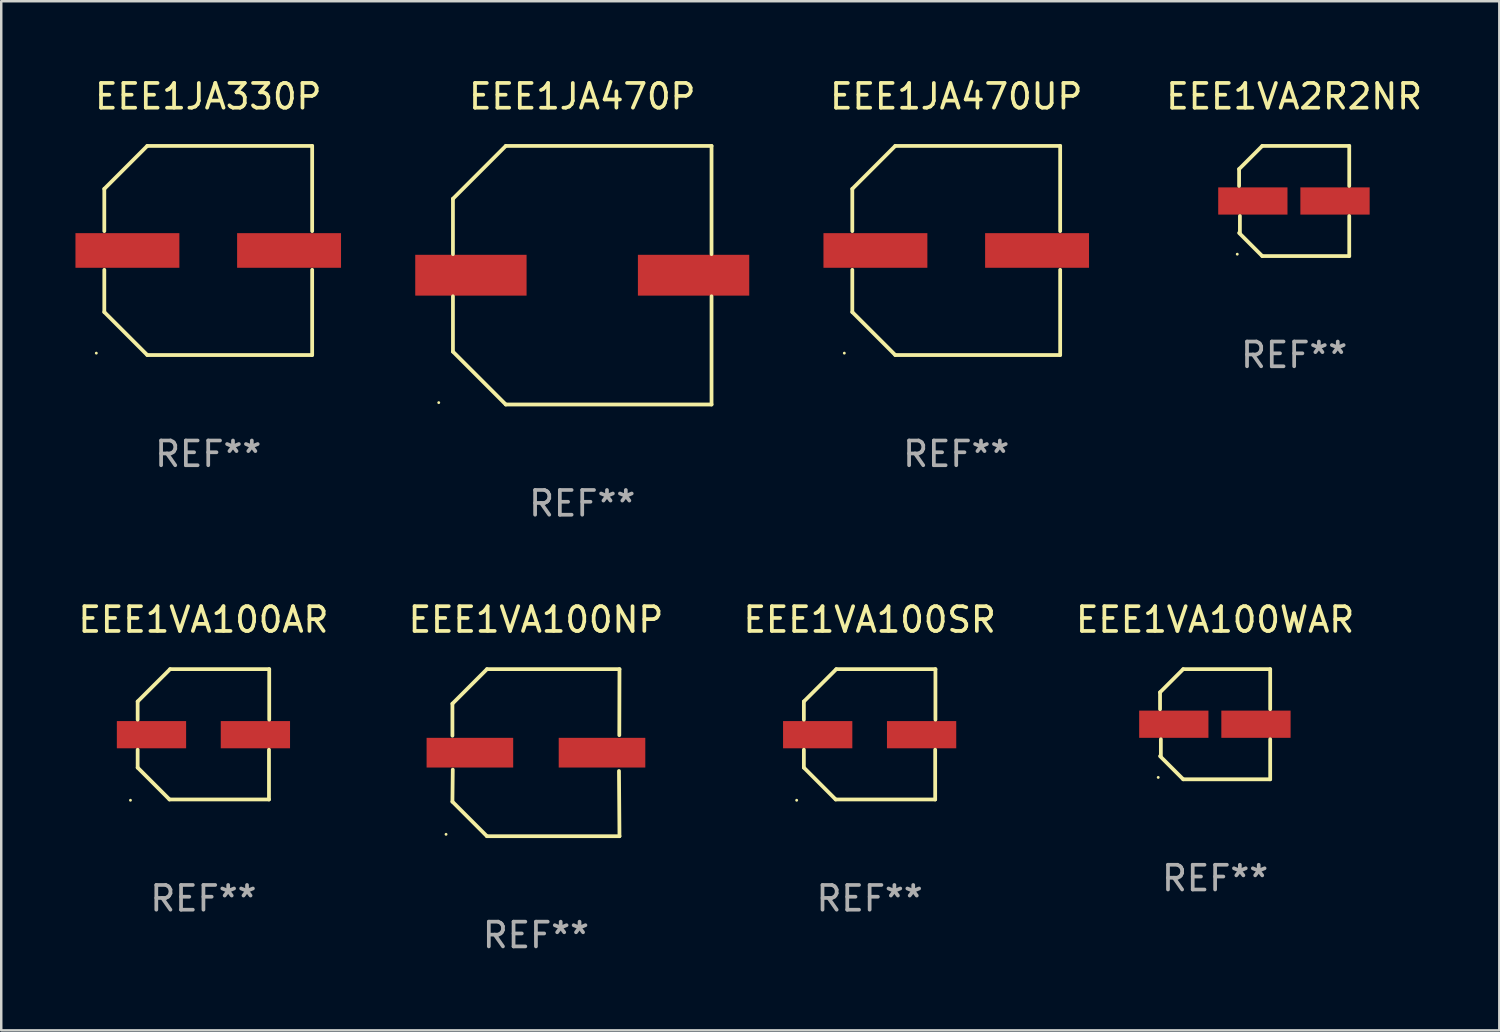
<source format=kicad_pcb>
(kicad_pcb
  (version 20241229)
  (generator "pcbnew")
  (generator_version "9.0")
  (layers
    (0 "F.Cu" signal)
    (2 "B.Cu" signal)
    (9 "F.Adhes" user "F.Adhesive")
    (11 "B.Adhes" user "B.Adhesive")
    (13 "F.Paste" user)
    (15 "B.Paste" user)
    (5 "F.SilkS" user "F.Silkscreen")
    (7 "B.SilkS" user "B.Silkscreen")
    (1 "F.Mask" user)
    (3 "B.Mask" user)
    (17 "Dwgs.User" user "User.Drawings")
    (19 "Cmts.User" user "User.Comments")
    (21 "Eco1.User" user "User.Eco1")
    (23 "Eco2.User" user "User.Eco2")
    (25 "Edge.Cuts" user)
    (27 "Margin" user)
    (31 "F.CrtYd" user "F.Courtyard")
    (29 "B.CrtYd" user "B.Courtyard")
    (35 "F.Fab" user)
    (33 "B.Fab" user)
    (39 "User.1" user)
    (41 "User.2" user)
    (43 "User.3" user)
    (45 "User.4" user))
  (footprint "EEE1JA330P"
    (layer "F.Cu")
    (at 5.367 7.074)
    (property "Reference" "EEE1JA330P" (at 0 -6.226 0) (layer "F.SilkS") (effects (font (size 1 1) (thickness 0.15))))
    (attr through_hole)
    (fp_line (start -4.201 -2.49) (end -4.201 -0.782) (stroke (width 0.152) (type solid)) (layer "F.SilkS"))
    (fp_line (start -4.201 2.49) (end -4.201 0.782) (stroke (width 0.152) (type solid)) (layer "F.SilkS"))
    (fp_line (start -2.465 -4.226) (end -4.201 -2.49) (stroke (width 0.152) (type solid)) (layer "F.SilkS"))
    (fp_line (start -2.465 4.226) (end -4.201 2.49) (stroke (width 0.152) (type solid)) (layer "F.SilkS"))
    (fp_line (start 4.201 -4.226) (end -2.465 -4.226) (stroke (width 0.152) (type solid)) (layer "F.SilkS"))
    (fp_line (start 4.201 -0.782) (end 4.201 -4.226) (stroke (width 0.152) (type solid)) (layer "F.SilkS"))
    (fp_line (start 4.201 0.782) (end 4.201 4.226) (stroke (width 0.152) (type solid)) (layer "F.SilkS"))
    (fp_line (start 4.201 4.226) (end -2.465 4.226) (stroke (width 0.152) (type solid)) (layer "F.SilkS"))
    (fp_circle (center -4.524 4.15) (end -4.494 4.15) (stroke (width 0.06) (type solid)) (fill no) (layer "F.SilkS"))
    (fp_text user "REF**" (at 0 8.226 0) (layer "F.Fab") (effects (font (size 1 1) (thickness 0.15))))
    (pad "1" smd rect (at -3.267 0) (size 4.2 1.4) (layers "F.Cu" "F.Mask" "F.Paste"))
    (pad "2" smd rect (at 3.267 0) (size 4.2 1.4) (layers "F.Cu" "F.Mask" "F.Paste")))
  (footprint "EEE1VA100NP"
    (layer "F.Cu")
    (at 18.613 27.373)
    (property "Reference" "EEE1VA100NP" (at 0 -5.376 0) (layer "F.SilkS") (effects (font (size 1 1) (thickness 0.15))))
    (attr through_hole)
    (fp_line (start -3.376 -1.98) (end -3.376 -0.686) (stroke (width 0.152) (type solid)) (layer "F.SilkS"))
    (fp_line (start -3.376 1.981) (end -3.362 0.686) (stroke (width 0.152) (type solid)) (layer "F.SilkS"))
    (fp_line (start -1.981 3.376) (end -3.376 1.981) (stroke (width 0.152) (type solid)) (layer "F.SilkS"))
    (fp_line (start -1.98 -3.376) (end -3.376 -1.98) (stroke (width 0.152) (type solid)) (layer "F.SilkS"))
    (fp_line (start 3.356 0.74) (end 3.376 3.376) (stroke (width 0.152) (type solid)) (layer "F.SilkS"))
    (fp_line (start 3.369 -0.707) (end 3.376 -3.376) (stroke (width 0.152) (type solid)) (layer "F.SilkS"))
    (fp_line (start 3.376 3.376) (end -1.981 3.376) (stroke (width 0.152) (type solid)) (layer "F.SilkS"))
    (fp_line (start 3.376 -3.376) (end -1.98 -3.376) (stroke (width 0.152) (type solid)) (layer "F.SilkS"))
    (fp_circle (center -3.634 3.3) (end -3.604 3.3) (stroke (width 0.06) (type solid)) (fill no) (layer "F.SilkS"))
    (fp_text user "REF**" (at 0 7.376 0) (layer "F.Fab") (effects (font (size 1 1) (thickness 0.15))))
    (pad "1" smd rect (at -2.67 0.000254) (size 3.5 1.2) (layers "F.Cu" "F.Mask" "F.Paste"))
    (pad "2" smd rect (at 2.67 0.000254) (size 3.5 1.2) (layers "F.Cu" "F.Mask" "F.Paste")))
  (footprint "EEE1VA100SR"
    (layer "F.Cu")
    (at 32.101 26.631)
    (property "Reference" "EEE1VA100SR" (at 0 -4.634 0) (layer "F.SilkS") (effects (font (size 1 1) (thickness 0.15))))
    (attr through_hole)
    (fp_line (start -2.659 -1.326) (end -2.659 -0.592) (stroke (width 0.152) (type solid)) (layer "F.SilkS"))
    (fp_line (start -2.659 1.346) (end -2.659 0.622) (stroke (width 0.152) (type solid)) (layer "F.SilkS"))
    (fp_line (start -1.372 2.634) (end -2.659 1.346) (stroke (width 0.152) (type solid)) (layer "F.SilkS"))
    (fp_line (start -1.349 -2.634) (end -2.659 -1.326) (stroke (width 0.152) (type solid)) (layer "F.SilkS"))
    (fp_line (start 2.649 0.622) (end 2.649 2.634) (stroke (width 0.152) (type solid)) (layer "F.SilkS"))
    (fp_line (start 2.649 2.634) (end -1.372 2.634) (stroke (width 0.152) (type solid)) (layer "F.SilkS"))
    (fp_line (start 2.659 -2.634) (end -1.349 -2.634) (stroke (width 0.152) (type solid)) (layer "F.SilkS"))
    (fp_line (start 2.659 -0.592) (end 2.659 -2.634) (stroke (width 0.152) (type solid)) (layer "F.SilkS"))
    (fp_circle (center -2.95 2.665) (end -2.92 2.665) (stroke (width 0.06) (type solid)) (fill no) (layer "F.SilkS"))
    (fp_text user "REF**" (at 0 6.634 0) (layer "F.Fab") (effects (font (size 1 1) (thickness 0.15))))
    (pad "1" smd rect (at -2.1 0.015) (size 2.8 1.1) (layers "F.Cu" "F.Mask" "F.Paste"))
    (pad "2" smd rect (at 2.1 0.015) (size 2.8 1.1) (layers "F.Cu" "F.Mask" "F.Paste")))
  (footprint "EEE1JA470UP"
    (layer "F.Cu")
    (at 35.601 7.074)
    (property "Reference" "EEE1JA470UP" (at 0 -6.226 0) (layer "F.SilkS") (effects (font (size 1 1) (thickness 0.15))))
    (attr through_hole)
    (fp_line (start -4.201 -2.49) (end -4.201 -0.782) (stroke (width 0.152) (type solid)) (layer "F.SilkS"))
    (fp_line (start -4.201 2.49) (end -4.201 0.782) (stroke (width 0.152) (type solid)) (layer "F.SilkS"))
    (fp_line (start -2.465 -4.226) (end -4.201 -2.49) (stroke (width 0.152) (type solid)) (layer "F.SilkS"))
    (fp_line (start -2.465 4.226) (end -4.201 2.49) (stroke (width 0.152) (type solid)) (layer "F.SilkS"))
    (fp_line (start 4.201 -4.226) (end -2.465 -4.226) (stroke (width 0.152) (type solid)) (layer "F.SilkS"))
    (fp_line (start 4.201 -0.782) (end 4.201 -4.226) (stroke (width 0.152) (type solid)) (layer "F.SilkS"))
    (fp_line (start 4.201 0.782) (end 4.201 4.226) (stroke (width 0.152) (type solid)) (layer "F.SilkS"))
    (fp_line (start 4.201 4.226) (end -2.465 4.226) (stroke (width 0.152) (type solid)) (layer "F.SilkS"))
    (fp_circle (center -4.524 4.15) (end -4.494 4.15) (stroke (width 0.06) (type solid)) (fill no) (layer "F.SilkS"))
    (fp_text user "REF**" (at 0 8.226 0) (layer "F.Fab") (effects (font (size 1 1) (thickness 0.15))))
    (pad "1" smd rect (at -3.267 0) (size 4.2 1.4) (layers "F.Cu" "F.Mask" "F.Paste"))
    (pad "2" smd rect (at 3.267 0) (size 4.2 1.4) (layers "F.Cu" "F.Mask" "F.Paste")))
  (footprint "EEE1VA2R2NR"
    (layer "F.Cu")
    (at 49.26 5.074)
    (property "Reference" "EEE1VA2R2NR" (at 0 -4.226 0) (layer "F.SilkS") (effects (font (size 1 1) (thickness 0.15))))
    (attr through_hole)
    (fp_line (start -2.226 -1.29) (end -2.226 -0.607) (stroke (width 0.152) (type solid)) (layer "F.SilkS"))
    (fp_line (start -2.193 1.29) (end -2.193 0.607) (stroke (width 0.152) (type solid)) (layer "F.SilkS"))
    (fp_line (start -1.29 2.226) (end -2.226 1.29) (stroke (width 0.152) (type solid)) (layer "F.SilkS"))
    (fp_line (start -1.29 -2.226) (end -2.226 -1.29) (stroke (width 0.152) (type solid)) (layer "F.SilkS"))
    (fp_line (start 2.226 -2.226) (end -1.29 -2.226) (stroke (width 0.152) (type solid)) (layer "F.SilkS"))
    (fp_line (start 2.226 -0.607) (end 2.226 -2.226) (stroke (width 0.152) (type solid)) (layer "F.SilkS"))
    (fp_line (start 2.226 0.607) (end 2.226 2.226) (stroke (width 0.152) (type solid)) (layer "F.SilkS"))
    (fp_line (start 2.226 2.226) (end -1.29 2.226) (stroke (width 0.152) (type solid)) (layer "F.SilkS"))
    (fp_circle (center -2.3 2.15) (end -2.27 2.15) (stroke (width 0.06) (type solid)) (fill no) (layer "F.SilkS"))
    (fp_text user "REF**" (at 0 6.226 0) (layer "F.Fab") (effects (font (size 1 1) (thickness 0.15))))
    (pad "1" smd rect (at -1.67 -0.000025) (size 2.8 1.1) (layers "F.Cu" "F.Mask" "F.Paste"))
    (pad "2" smd rect (at 1.651 -0.000025) (size 2.8 1.1) (layers "F.Cu" "F.Mask" "F.Paste")))
  (footprint "EEE1VA100AR"
    (layer "F.Cu")
    (at 5.173 26.631)
    (property "Reference" "EEE1VA100AR" (at 0 -4.634 0) (layer "F.SilkS") (effects (font (size 1 1) (thickness 0.15))))
    (attr through_hole)
    (fp_line (start -2.659 -1.326) (end -2.659 -0.592) (stroke (width 0.152) (type solid)) (layer "F.SilkS"))
    (fp_line (start -2.659 1.346) (end -2.659 0.622) (stroke (width 0.152) (type solid)) (layer "F.SilkS"))
    (fp_line (start -1.372 2.634) (end -2.659 1.346) (stroke (width 0.152) (type solid)) (layer "F.SilkS"))
    (fp_line (start -1.349 -2.634) (end -2.659 -1.326) (stroke (width 0.152) (type solid)) (layer "F.SilkS"))
    (fp_line (start 2.649 0.622) (end 2.649 2.634) (stroke (width 0.152) (type solid)) (layer "F.SilkS"))
    (fp_line (start 2.649 2.634) (end -1.372 2.634) (stroke (width 0.152) (type solid)) (layer "F.SilkS"))
    (fp_line (start 2.659 -2.634) (end -1.349 -2.634) (stroke (width 0.152) (type solid)) (layer "F.SilkS"))
    (fp_line (start 2.659 -0.592) (end 2.659 -2.634) (stroke (width 0.152) (type solid)) (layer "F.SilkS"))
    (fp_circle (center -2.95 2.665) (end -2.92 2.665) (stroke (width 0.06) (type solid)) (fill no) (layer "F.SilkS"))
    (fp_text user "REF**" (at 0 6.634 0) (layer "F.Fab") (effects (font (size 1 1) (thickness 0.15))))
    (pad "1" smd rect (at -2.1 0.015) (size 2.8 1.1) (layers "F.Cu" "F.Mask" "F.Paste"))
    (pad "2" smd rect (at 2.1 0.015) (size 2.8 1.1) (layers "F.Cu" "F.Mask" "F.Paste")))
  (footprint "EEE1VA100WAR"
    (layer "F.Cu")
    (at 46.065 26.223)
    (property "Reference" "EEE1VA100WAR" (at 0 -4.226 0) (layer "F.SilkS") (effects (font (size 1 1) (thickness 0.15))))
    (attr through_hole)
    (fp_line (start -2.226 -1.29) (end -2.226 -0.607) (stroke (width 0.152) (type solid)) (layer "F.SilkS"))
    (fp_line (start -2.193 1.29) (end -2.193 0.607) (stroke (width 0.152) (type solid)) (layer "F.SilkS"))
    (fp_line (start -1.29 2.226) (end -2.226 1.29) (stroke (width 0.152) (type solid)) (layer "F.SilkS"))
    (fp_line (start -1.29 -2.226) (end -2.226 -1.29) (stroke (width 0.152) (type solid)) (layer "F.SilkS"))
    (fp_line (start 2.226 -2.226) (end -1.29 -2.226) (stroke (width 0.152) (type solid)) (layer "F.SilkS"))
    (fp_line (start 2.226 -0.607) (end 2.226 -2.226) (stroke (width 0.152) (type solid)) (layer "F.SilkS"))
    (fp_line (start 2.226 0.607) (end 2.226 2.226) (stroke (width 0.152) (type solid)) (layer "F.SilkS"))
    (fp_line (start 2.226 2.226) (end -1.29 2.226) (stroke (width 0.152) (type solid)) (layer "F.SilkS"))
    (fp_circle (center -2.3 2.15) (end -2.27 2.15) (stroke (width 0.06) (type solid)) (fill no) (layer "F.SilkS"))
    (fp_text user "REF**" (at 0 6.226 0) (layer "F.Fab") (effects (font (size 1 1) (thickness 0.15))))
    (pad "1" smd rect (at -1.67 -0.000025) (size 2.8 1.1) (layers "F.Cu" "F.Mask" "F.Paste"))
    (pad "2" smd rect (at 1.651 -0.000025) (size 2.8 1.1) (layers "F.Cu" "F.Mask" "F.Paste")))
  (footprint "EEE1JA470P"
    (layer "F.Cu")
    (at 20.484 8.074)
    (property "Reference" "EEE1JA470P" (at 0 -7.226 0) (layer "F.SilkS") (effects (font (size 1 1) (thickness 0.15))))
    (attr through_hole)
    (fp_line (start -5.226 -3.09) (end -5.226 -0.852) (stroke (width 0.152) (type solid)) (layer "F.SilkS"))
    (fp_line (start -5.226 3.09) (end -5.226 0.852) (stroke (width 0.152) (type solid)) (layer "F.SilkS"))
    (fp_line (start -3.09 -5.226) (end -5.226 -3.09) (stroke (width 0.152) (type solid)) (layer "F.SilkS"))
    (fp_line (start -3.09 5.226) (end -5.226 3.09) (stroke (width 0.152) (type solid)) (layer "F.SilkS"))
    (fp_line (start 5.226 -5.226) (end -3.09 -5.226) (stroke (width 0.152) (type solid)) (layer "F.SilkS"))
    (fp_line (start 5.226 -0.852) (end 5.226 -5.226) (stroke (width 0.152) (type solid)) (layer "F.SilkS"))
    (fp_line (start 5.226 0.852) (end 5.226 5.226) (stroke (width 0.152) (type solid)) (layer "F.SilkS"))
    (fp_line (start 5.226 5.226) (end -3.09 5.226) (stroke (width 0.152) (type solid)) (layer "F.SilkS"))
    (fp_circle (center -5.8 5.15) (end -5.77 5.15) (stroke (width 0.06) (type solid)) (fill no) (layer "F.SilkS"))
    (fp_text user "REF**" (at 0 9.226 0) (layer "F.Fab") (effects (font (size 1 1) (thickness 0.15))))
    (pad "1" smd rect (at -4.5 0) (size 4.5 1.65) (layers "F.Cu" "F.Mask" "F.Paste"))
    (pad "2" smd rect (at 4.5 0) (size 4.5 1.65) (layers "F.Cu" "F.Mask" "F.Paste")))
  (gr_rect
    (start -3 -3)
    (end 57.552 38.597)
    (stroke (width 0.1) (type default))
    (fill no)
    (layer "Edge.Cuts")))
</source>
